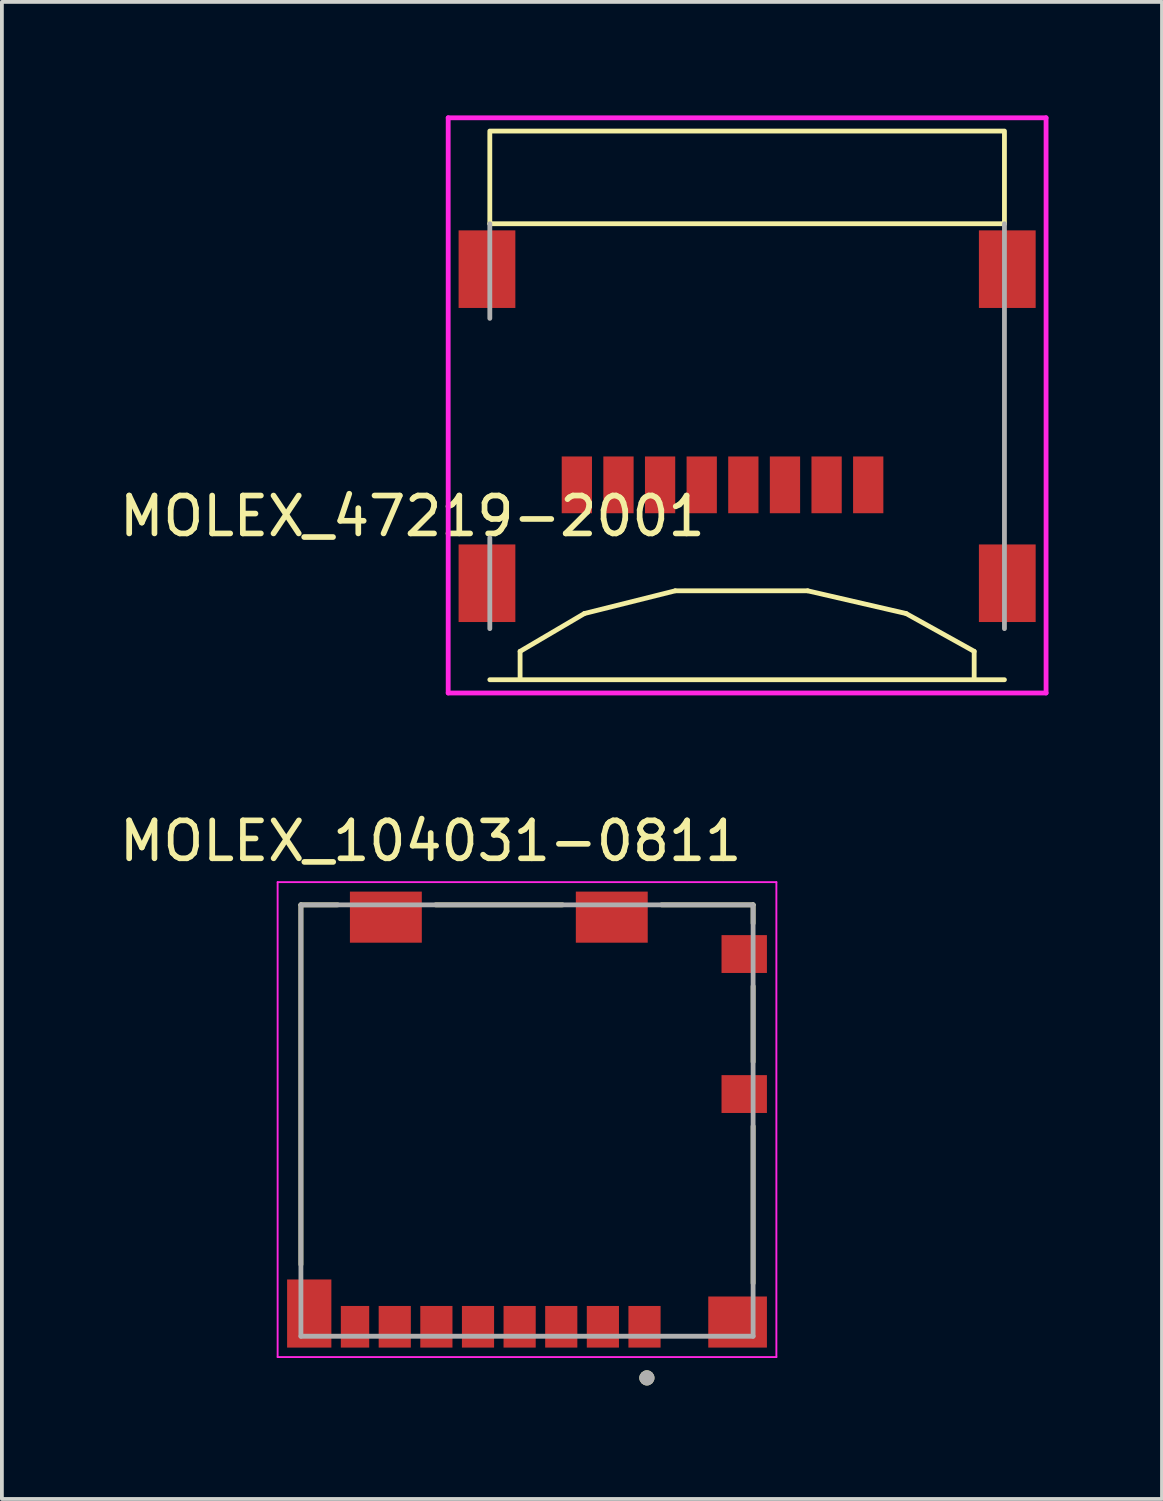
<source format=kicad_pcb>
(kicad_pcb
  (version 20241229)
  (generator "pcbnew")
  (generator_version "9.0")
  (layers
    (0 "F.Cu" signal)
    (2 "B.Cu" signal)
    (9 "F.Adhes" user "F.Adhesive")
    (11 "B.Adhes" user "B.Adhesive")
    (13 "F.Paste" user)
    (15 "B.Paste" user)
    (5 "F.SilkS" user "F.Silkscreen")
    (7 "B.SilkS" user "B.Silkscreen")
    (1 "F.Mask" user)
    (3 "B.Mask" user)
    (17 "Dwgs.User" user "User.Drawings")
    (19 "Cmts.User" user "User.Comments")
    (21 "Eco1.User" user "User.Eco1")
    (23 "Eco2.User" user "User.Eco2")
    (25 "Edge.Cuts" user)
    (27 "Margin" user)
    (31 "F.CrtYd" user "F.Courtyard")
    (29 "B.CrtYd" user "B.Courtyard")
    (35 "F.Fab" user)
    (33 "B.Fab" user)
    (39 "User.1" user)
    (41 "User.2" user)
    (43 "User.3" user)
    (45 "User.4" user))
  (footprint "MOLEX_104031-0811"
    (layer "F.Cu")
    (at 10.877 26.562)
    (property "Reference" "MOLEX_104031-0811" (at -2.545 -7.386 0) (layer "F.SilkS") (effects (font (size 1.002 1.002) (thickness 0.15))))
    (attr smd)
    (fp_line (start -5.975 -5.7) (end -5.975 3.806) (stroke (width 0.127) (type solid)) (layer "F.SilkS"))
    (fp_line (start -5.003 -5.7) (end -5.975 -5.7) (stroke (width 0.127) (type solid)) (layer "F.SilkS"))
    (fp_line (start 0.939 -5.7) (end -2.413 -5.7) (stroke (width 0.127) (type solid)) (layer "F.SilkS"))
    (fp_line (start 3.556 -5.7) (end 5.975 -5.7) (stroke (width 0.127) (type solid)) (layer "F.SilkS"))
    (fp_line (start 5.975 -5.7) (end 5.975 -5.211) (stroke (width 0.127) (type solid)) (layer "F.SilkS"))
    (fp_line (start 5.975 -3.55) (end 5.975 -1.55) (stroke (width 0.127) (type solid)) (layer "F.SilkS"))
    (fp_line (start 5.975 0.15) (end 5.975 4.3) (stroke (width 0.127) (type solid)) (layer "F.SilkS"))
    (fp_circle (center 3.168 6.801) (end 3.268 6.801) (stroke (width 0.2) (type solid)) (fill no) (layer "F.SilkS"))
    (fp_line (start -6.59 -6.3) (end -6.59 6.25) (stroke (width 0.05) (type solid)) (layer "F.CrtYd"))
    (fp_line (start -6.59 6.25) (end 6.59 6.25) (stroke (width 0.05) (type solid)) (layer "F.CrtYd"))
    (fp_line (start 6.59 -6.3) (end -6.59 -6.3) (stroke (width 0.05) (type solid)) (layer "F.CrtYd"))
    (fp_line (start 6.59 6.25) (end 6.59 -6.3) (stroke (width 0.05) (type solid)) (layer "F.CrtYd"))
    (fp_line (start -5.975 -5.7) (end 5.975 -5.7) (stroke (width 0.127) (type solid)) (layer "F.Fab"))
    (fp_line (start -5.975 5.7) (end -5.975 -5.7) (stroke (width 0.127) (type solid)) (layer "F.Fab"))
    (fp_line (start 5.975 -5.7) (end 5.975 5.7) (stroke (width 0.127) (type solid)) (layer "F.Fab"))
    (fp_line (start 5.975 5.7) (end -5.975 5.7) (stroke (width 0.127) (type solid)) (layer "F.Fab"))
    (fp_circle (center 3.168 6.801) (end 3.268 6.801) (stroke (width 0.2) (type solid)) (fill no) (layer "F.Fab"))
    (pad "1" smd rect (at 3.105 5.45) (size 0.85 1.1) (layers "F.Cu" "F.Mask" "F.Paste"))
    (pad "2" smd rect (at 2.005 5.45) (size 0.85 1.1) (layers "F.Cu" "F.Mask" "F.Paste"))
    (pad "3" smd rect (at 0.905 5.45) (size 0.85 1.1) (layers "F.Cu" "F.Mask" "F.Paste"))
    (pad "4" smd rect (at -0.195 5.45) (size 0.85 1.1) (layers "F.Cu" "F.Mask" "F.Paste"))
    (pad "5" smd rect (at -1.295 5.45) (size 0.85 1.1) (layers "F.Cu" "F.Mask" "F.Paste"))
    (pad "6" smd rect (at -2.395 5.45) (size 0.85 1.1) (layers "F.Cu" "F.Mask" "F.Paste"))
    (pad "7" smd rect (at -3.495 5.45) (size 0.85 1.1) (layers "F.Cu" "F.Mask" "F.Paste"))
    (pad "8" smd rect (at -4.545 5.45) (size 0.75 1.1) (layers "F.Cu" "F.Mask" "F.Paste"))
    (pad "9" smd rect (at 5.74 -0.7) (size 1.2 1) (layers "F.Cu" "F.Mask" "F.Paste"))
    (pad "10" smd rect (at 5.74 -4.4) (size 1.2 1) (layers "F.Cu" "F.Mask" "F.Paste"))
    (pad "G1" smd rect (at 5.565 5.325) (size 1.55 1.35) (layers "F.Cu" "F.Mask" "F.Paste"))
    (pad "G2" smd rect (at -5.755 5.1) (size 1.17 1.8) (layers "F.Cu" "F.Mask" "F.Paste"))
    (pad "G3" smd rect (at -3.73 -5.375) (size 1.9 1.35) (layers "F.Cu" "F.Mask" "F.Paste"))
    (pad "G4" smd rect (at 2.24 -5.375) (size 1.9 1.35) (layers "F.Cu" "F.Mask" "F.Paste")))
  (footprint "MOLEX_47219-2001"
    (layer "F.Cu")
    (at 16.694 7.663)
    (property "Reference" "MOLEX_47219-2001" (at -8.846 2.928 180) (layer "F.SilkS") (effects (font (size 1.001 1.001) (thickness 0.15))))
    (attr smd)
    (fp_line (start -6.8 -7.25) (end 6.8 -7.25) (stroke (width 0.127) (type solid)) (layer "F.SilkS"))
    (fp_line (start -6.8 -7.2) (end -6.8 -4.8) (stroke (width 0.127) (type solid)) (layer "F.SilkS"))
    (fp_line (start -6.8 -4.8) (end 6.8 -4.8) (stroke (width 0.127) (type solid)) (layer "F.SilkS"))
    (fp_line (start -6.8 7.25) (end 6.8 7.25) (stroke (width 0.127) (type solid)) (layer "F.SilkS"))
    (fp_line (start -6 6.5) (end -4.3 5.5) (stroke (width 0.127) (type solid)) (layer "F.SilkS"))
    (fp_line (start -6 7.2) (end -6 6.5) (stroke (width 0.127) (type solid)) (layer "F.SilkS"))
    (fp_line (start -4.3 5.5) (end -1.9 4.9) (stroke (width 0.127) (type solid)) (layer "F.SilkS"))
    (fp_line (start -1.9 4.9) (end 1.6 4.9) (stroke (width 0.127) (type solid)) (layer "F.SilkS"))
    (fp_line (start 1.6 4.9) (end 4.2 5.5) (stroke (width 0.127) (type solid)) (layer "F.SilkS"))
    (fp_line (start 4.2 5.5) (end 6 6.5) (stroke (width 0.127) (type solid)) (layer "F.SilkS"))
    (fp_line (start 6 7.2) (end 6 6.5) (stroke (width 0.127) (type solid)) (layer "F.SilkS"))
    (fp_line (start 6.8 -7.2) (end 6.8 -4.8) (stroke (width 0.127) (type solid)) (layer "F.SilkS"))
    (fp_line (start -7.9 -7.6) (end 7.9 -7.6) (stroke (width 0.127) (type solid)) (layer "F.CrtYd"))
    (fp_line (start -7.9 7.6) (end -7.9 -7.6) (stroke (width 0.127) (type solid)) (layer "F.CrtYd"))
    (fp_line (start 7.9 -7.6) (end 7.9 7.6) (stroke (width 0.127) (type solid)) (layer "F.CrtYd"))
    (fp_line (start 7.9 7.6) (end -7.9 7.6) (stroke (width 0.127) (type solid)) (layer "F.CrtYd"))
    (fp_line (start -6.8 -2.3) (end -6.8 -4.8) (stroke (width 0.127) (type solid)) (layer "F.Fab"))
    (fp_line (start -6.8 5.9) (end -6.8 3.5) (stroke (width 0.127) (type solid)) (layer "F.Fab"))
    (fp_line (start 6.8 -4.8) (end 6.8 5.9) (stroke (width 0.127) (type solid)) (layer "F.Fab"))
    (pad "1" smd rect (at 3.2 2.1) (size 0.8 1.5) (layers "F.Cu" "F.Mask" "F.Paste"))
    (pad "2" smd rect (at 2.1 2.1) (size 0.8 1.5) (layers "F.Cu" "F.Mask" "F.Paste"))
    (pad "3" smd rect (at 1 2.1) (size 0.8 1.5) (layers "F.Cu" "F.Mask" "F.Paste"))
    (pad "4" smd rect (at -0.1 2.1) (size 0.8 1.5) (layers "F.Cu" "F.Mask" "F.Paste"))
    (pad "5" smd rect (at -1.2 2.1) (size 0.8 1.5) (layers "F.Cu" "F.Mask" "F.Paste"))
    (pad "6" smd rect (at -2.3 2.1) (size 0.8 1.5) (layers "F.Cu" "F.Mask" "F.Paste"))
    (pad "7" smd rect (at -3.4 2.1) (size 0.8 1.5) (layers "F.Cu" "F.Mask" "F.Paste"))
    (pad "8" smd rect (at -4.5 2.1) (size 0.8 1.5) (layers "F.Cu" "F.Mask" "F.Paste"))
    (pad "G1" smd rect (at 6.875 4.7) (size 1.5 2.05) (layers "F.Cu" "F.Mask" "F.Paste"))
    (pad "G2" smd rect (at 6.875 -3.6) (size 1.5 2.05) (layers "F.Cu" "F.Mask" "F.Paste"))
    (pad "G3" smd rect (at -6.875 -3.6) (size 1.5 2.05) (layers "F.Cu" "F.Mask" "F.Paste"))
    (pad "G4" smd rect (at -6.875 4.7) (size 1.5 2.05) (layers "F.Cu" "F.Mask" "F.Paste")))
  (gr_rect
    (start -3 -3)
    (end 27.657 36.563)
    (stroke (width 0.1) (type default))
    (fill no)
    (layer "Edge.Cuts")))
</source>
